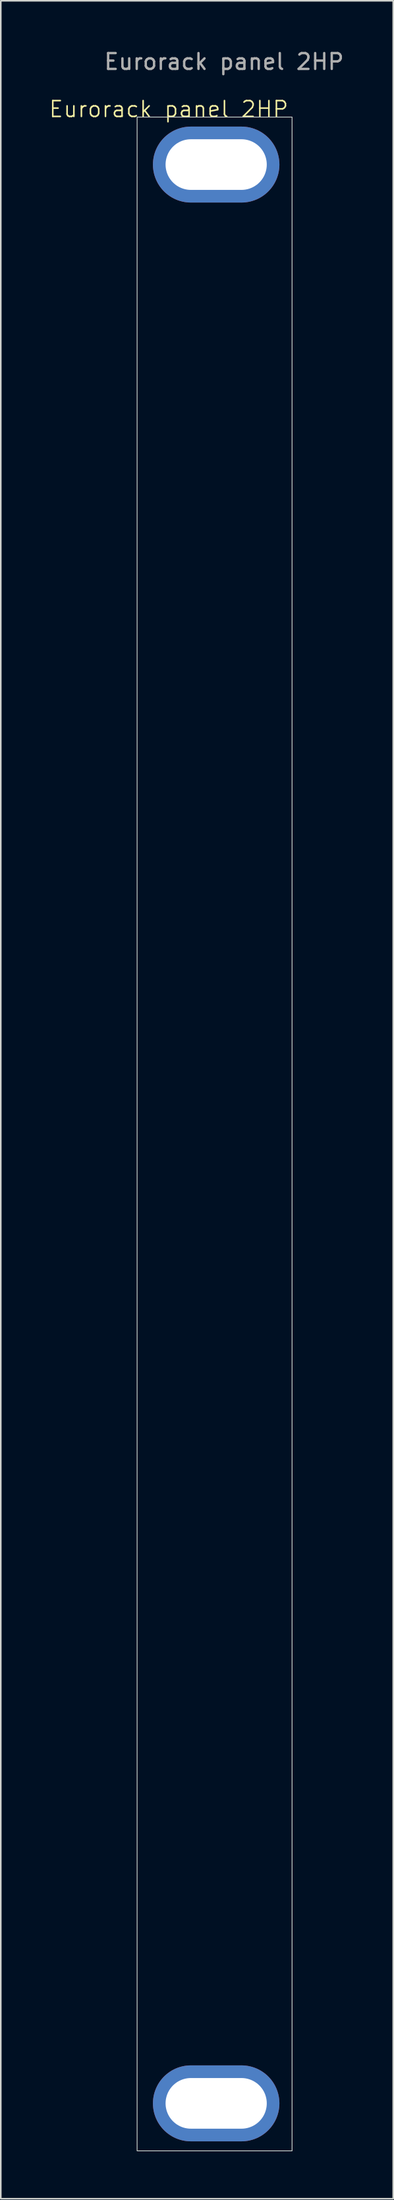
<source format=kicad_pcb>
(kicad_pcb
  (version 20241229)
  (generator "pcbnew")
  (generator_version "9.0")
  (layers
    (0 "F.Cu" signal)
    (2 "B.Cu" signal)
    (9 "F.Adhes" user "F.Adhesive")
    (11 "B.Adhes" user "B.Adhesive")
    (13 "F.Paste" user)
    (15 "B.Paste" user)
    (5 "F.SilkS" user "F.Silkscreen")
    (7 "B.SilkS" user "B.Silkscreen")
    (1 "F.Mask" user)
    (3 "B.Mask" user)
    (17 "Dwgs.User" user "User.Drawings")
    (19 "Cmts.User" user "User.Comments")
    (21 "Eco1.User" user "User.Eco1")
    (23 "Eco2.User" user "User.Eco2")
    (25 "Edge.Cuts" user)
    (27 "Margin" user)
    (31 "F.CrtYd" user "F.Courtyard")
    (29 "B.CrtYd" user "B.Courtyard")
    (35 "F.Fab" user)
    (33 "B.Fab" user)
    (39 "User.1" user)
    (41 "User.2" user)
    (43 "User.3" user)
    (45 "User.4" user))
  (footprint "Eurorack panel 2HP"
    (layer "F.Cu")
    (at 5.621 4.348)
    (property "Reference" "Eurorack panel 2HP" (at 2 -0.5 0) (unlocked yes) (layer "F.SilkS") (effects (font (size 1 1) (thickness 0.1))))
    (attr smd)
    (fp_rect (start 0 0) (end 9.8 128.5) (stroke (width 0.05) (type solid)) (fill no) (layer "Edge.Cuts"))
    (fp_text user "${REFERENCE}" (at 5.5 -3.5 0) (unlocked yes) (layer "F.Fab") (effects (font (size 1 1) (thickness 0.15))))
    (pad "" thru_hole oval (at 5 3) (size 8 4.8) (drill oval 6.4 3.2) (layers "*.Cu" "*.Mask"))
    (pad "" thru_hole oval (at 5 125.5) (size 8 4.8) (drill oval 6.4 3.2) (layers "*.Cu" "*.Mask")))
  (gr_rect
    (start -3 -3)
    (end 21.818 135.873)
    (stroke (width 0.1) (type default))
    (fill no)
    (layer "Edge.Cuts")))
</source>
